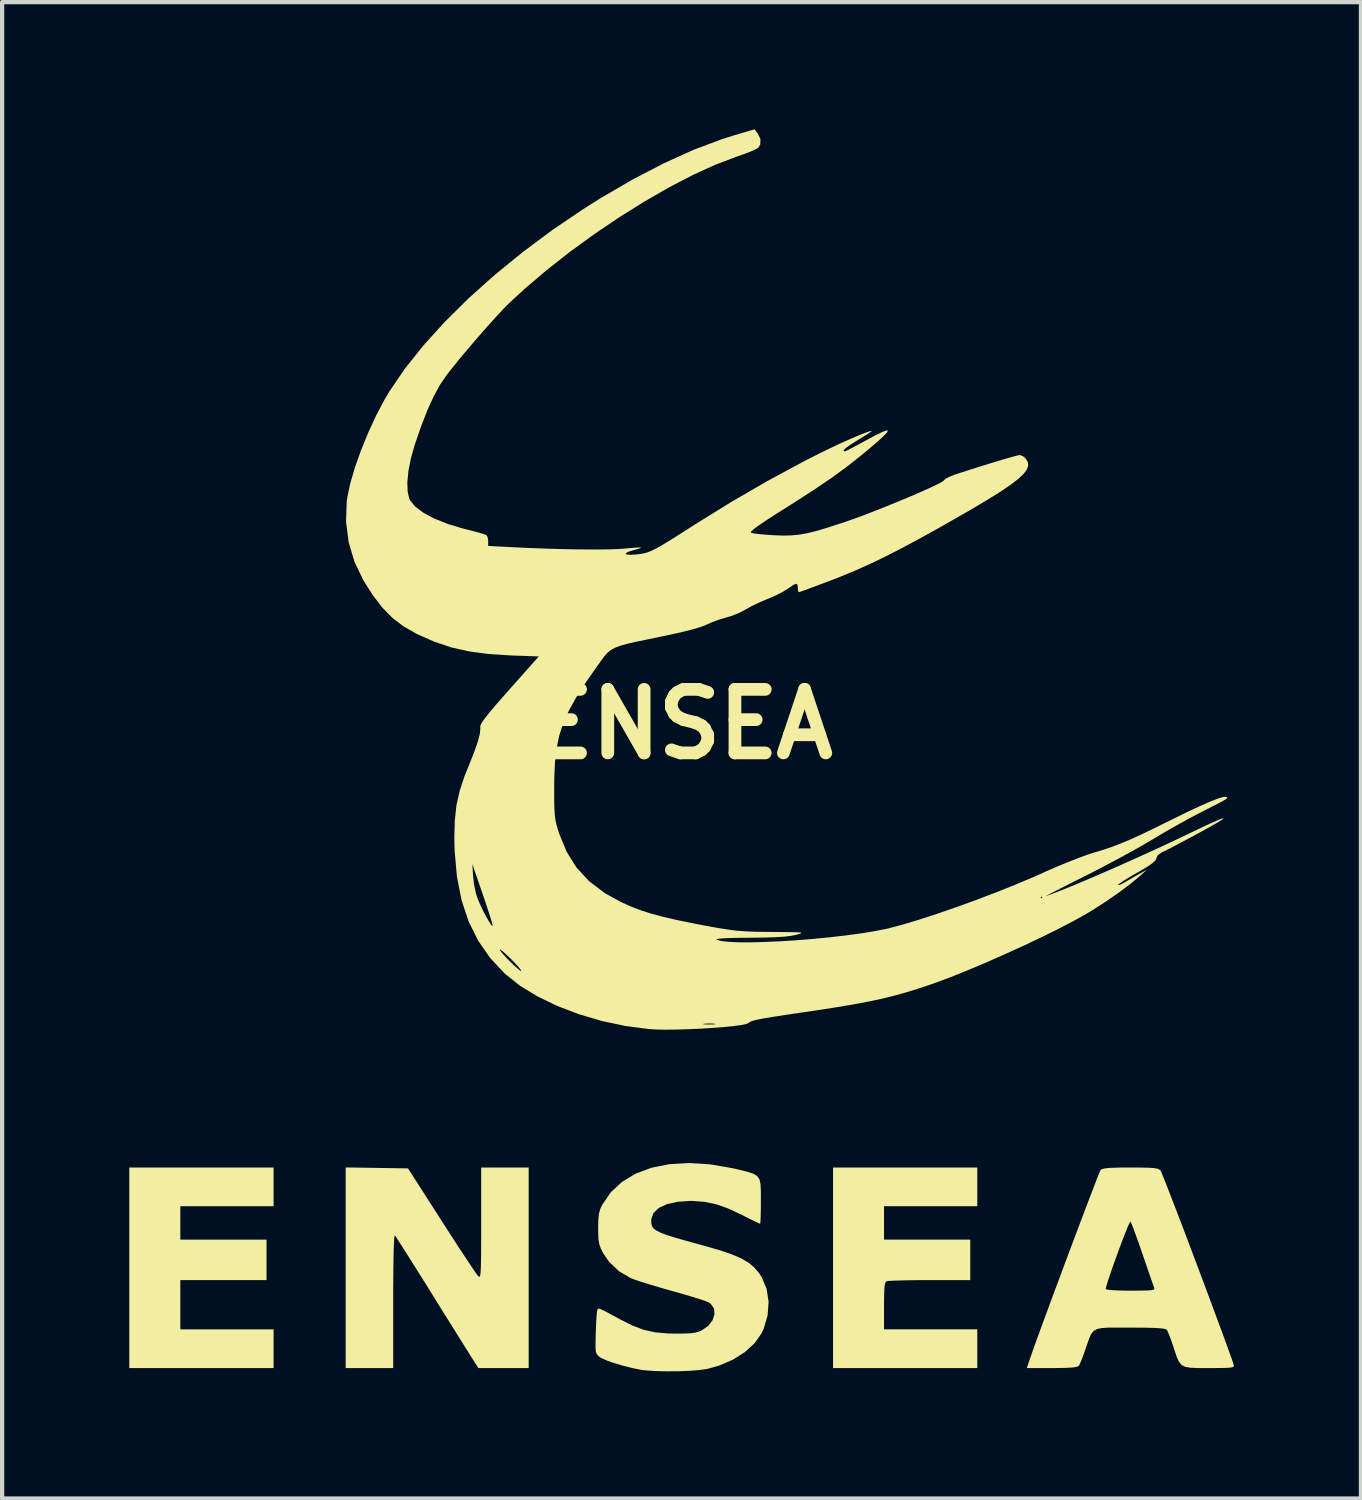
<source format=kicad_pcb>
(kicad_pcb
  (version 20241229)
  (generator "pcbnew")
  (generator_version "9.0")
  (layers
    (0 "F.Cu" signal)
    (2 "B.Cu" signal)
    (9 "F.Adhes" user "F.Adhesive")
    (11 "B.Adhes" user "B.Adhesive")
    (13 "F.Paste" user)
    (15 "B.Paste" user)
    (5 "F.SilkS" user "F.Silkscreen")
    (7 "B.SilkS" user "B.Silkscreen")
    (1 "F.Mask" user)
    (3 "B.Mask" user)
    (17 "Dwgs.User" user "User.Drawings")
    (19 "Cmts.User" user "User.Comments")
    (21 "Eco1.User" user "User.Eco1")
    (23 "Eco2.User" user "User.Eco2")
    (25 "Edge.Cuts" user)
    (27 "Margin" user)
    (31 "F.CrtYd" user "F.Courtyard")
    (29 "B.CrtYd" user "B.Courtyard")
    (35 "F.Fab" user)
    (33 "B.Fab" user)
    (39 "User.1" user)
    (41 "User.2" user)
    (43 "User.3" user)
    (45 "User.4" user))
  (footprint "ENSEA"
    (layer "F.Cu")
    (at 13.074 14.034)
    (property "Reference" "ENSEA" (at 0 0 0) (layer "F.SilkS") (effects (font (size 1.5 1.5) (thickness 0.3))))
    (attr board_only exclude_from_pos_files exclude_from_bom)
    (fp_poly (pts (xy -9.67 10.915) (xy -9.67 11.372) (xy -10.77 11.372) (xy -11.87 11.372) (xy -11.87 11.766) (xy -11.87 12.16) (xy -10.853 12.16) (xy -9.836 12.16) (xy -9.836 12.638) (xy -9.836 13.115) (xy -10.853 13.115) (xy -11.87 13.115) (xy -11.87 13.696) (xy -11.87 14.277) (xy -10.77 14.277) (xy -9.67 14.277) (xy -9.67 14.734) (xy -9.67 15.19) (xy -11.372 15.19) (xy -13.074 15.19) (xy -13.074 12.825) (xy -13.074 10.459) (xy -11.372 10.459) (xy -9.67 10.459)) (stroke (width 0) (type solid)) (fill yes) (layer "F.SilkS"))
    (fp_poly (pts (xy 6.931 10.915) (xy 6.931 11.372) (xy 5.831 11.372) (xy 4.731 11.372) (xy 4.731 11.766) (xy 4.731 12.16) (xy 5.748 12.16) (xy 6.765 12.16) (xy 6.765 12.638) (xy 6.765 13.115) (xy 5.814 13.115) (xy 5.538 13.116) (xy 5.288 13.119) (xy 5.076 13.124) (xy 4.915 13.13) (xy 4.818 13.136) (xy 4.797 13.14) (xy 4.77 13.162) (xy 4.751 13.213) (xy 4.74 13.304) (xy 4.734 13.45) (xy 4.731 13.663) (xy 4.731 13.721) (xy 4.731 14.277) (xy 5.831 14.277) (xy 6.931 14.277) (xy 6.931 14.734) (xy 6.931 15.19) (xy 5.229 15.19) (xy 3.528 15.19) (xy 3.528 12.825) (xy 3.528 10.459) (xy 5.229 10.459) (xy 6.931 10.459)) (stroke (width 0) (type solid)) (fill yes) (layer "F.SilkS"))
    (fp_poly (pts (xy -7.234 10.468) (xy -6.499 10.48) (xy -5.706 11.715) (xy -5.52 12.005) (xy -5.345 12.275) (xy -5.187 12.516) (xy -5.052 12.719) (xy -4.946 12.878) (xy -4.874 12.981) (xy -4.843 13.021) (xy -4.824 13.036) (xy -4.808 13.034) (xy -4.796 13.005) (xy -4.787 12.943) (xy -4.781 12.839) (xy -4.777 12.685) (xy -4.774 12.473) (xy -4.773 12.195) (xy -4.773 11.844) (xy -4.773 11.775) (xy -4.773 10.459) (xy -4.213 10.459) (xy -3.652 10.459) (xy -3.652 12.825) (xy -3.652 15.19) (xy -4.246 15.19) (xy -4.839 15.19) (xy -5.017 14.91) (xy -5.081 14.808) (xy -5.182 14.647) (xy -5.314 14.435) (xy -5.471 14.184) (xy -5.646 13.905) (xy -5.832 13.606) (xy -5.982 13.364) (xy -6.165 13.071) (xy -6.335 12.8) (xy -6.487 12.559) (xy -6.616 12.356) (xy -6.716 12.199) (xy -6.782 12.097) (xy -6.809 12.059) (xy -6.819 12.088) (xy -6.828 12.197) (xy -6.836 12.379) (xy -6.841 12.632) (xy -6.845 12.95) (xy -6.848 13.329) (xy -6.848 13.605) (xy -6.848 15.19) (xy -7.408 15.19) (xy -7.969 15.19) (xy -7.969 12.824) (xy -7.969 10.457)) (stroke (width 0) (type solid)) (fill yes) (layer "F.SilkS"))
    (fp_poly (pts (xy 10.792 10.46) (xy 10.973 10.464) (xy 11.097 10.472) (xy 11.177 10.486) (xy 11.227 10.506) (xy 11.255 10.531) (xy 11.278 10.579) (xy 11.325 10.696) (xy 11.396 10.873) (xy 11.485 11.104) (xy 11.591 11.378) (xy 11.71 11.688) (xy 11.838 12.025) (xy 11.973 12.381) (xy 12.111 12.748) (xy 12.249 13.116) (xy 12.384 13.477) (xy 12.513 13.824) (xy 12.633 14.147) (xy 12.741 14.438) (xy 12.832 14.689) (xy 12.905 14.892) (xy 12.955 15.036) (xy 12.981 15.116) (xy 12.981 15.117) (xy 12.983 15.146) (xy 12.962 15.166) (xy 12.907 15.179) (xy 12.805 15.186) (xy 12.645 15.189) (xy 12.415 15.19) (xy 12.4 15.19) (xy 12.149 15.19) (xy 11.967 15.183) (xy 11.839 15.162) (xy 11.751 15.117) (xy 11.688 15.041) (xy 11.636 14.924) (xy 11.58 14.758) (xy 11.559 14.692) (xy 11.503 14.528) (xy 11.451 14.392) (xy 11.413 14.304) (xy 11.403 14.287) (xy 11.363 14.268) (xy 11.274 14.254) (xy 11.127 14.244) (xy 10.915 14.238) (xy 10.63 14.236) (xy 10.538 14.236) (xy 10.248 14.235) (xy 10.029 14.236) (xy 9.869 14.246) (xy 9.755 14.27) (xy 9.676 14.315) (xy 9.619 14.385) (xy 9.572 14.488) (xy 9.523 14.628) (xy 9.48 14.754) (xy 9.423 14.913) (xy 9.371 15.045) (xy 9.334 15.126) (xy 9.326 15.138) (xy 9.28 15.161) (xy 9.175 15.177) (xy 9.005 15.186) (xy 8.761 15.19) (xy 8.692 15.19) (xy 8.098 15.19) (xy 8.195 14.91) (xy 8.253 14.743) (xy 8.333 14.522) (xy 8.43 14.255) (xy 8.541 13.952) (xy 8.663 13.621) (xy 8.772 13.327) (xy 9.961 13.327) (xy 10 13.34) (xy 10.107 13.351) (xy 10.268 13.36) (xy 10.467 13.364) (xy 10.546 13.364) (xy 10.777 13.363) (xy 10.937 13.36) (xy 11.037 13.353) (xy 11.091 13.34) (xy 11.109 13.32) (xy 11.103 13.291) (xy 11.103 13.291) (xy 11.081 13.23) (xy 11.037 13.104) (xy 10.976 12.928) (xy 10.902 12.714) (xy 10.826 12.492) (xy 10.746 12.26) (xy 10.672 12.055) (xy 10.611 11.89) (xy 10.567 11.778) (xy 10.545 11.733) (xy 10.524 11.762) (xy 10.482 11.855) (xy 10.424 12) (xy 10.353 12.182) (xy 10.276 12.387) (xy 10.198 12.601) (xy 10.123 12.811) (xy 10.057 13.003) (xy 10.005 13.162) (xy 9.971 13.276) (xy 9.961 13.327) (xy 8.772 13.327) (xy 8.794 13.269) (xy 8.929 12.906) (xy 9.065 12.541) (xy 9.2 12.181) (xy 9.331 11.834) (xy 9.453 11.511) (xy 9.564 11.219) (xy 9.661 10.966) (xy 9.74 10.761) (xy 9.799 10.613) (xy 9.833 10.53) (xy 9.841 10.516) (xy 9.88 10.493) (xy 9.96 10.477) (xy 10.092 10.466) (xy 10.287 10.46) (xy 10.54 10.459)) (stroke (width 0) (type solid)) (fill yes) (layer "F.SilkS"))
    (fp_poly (pts (xy 0.626 10.384) (xy 1.157 10.475) (xy 1.287 10.505) (xy 1.495 10.556) (xy 1.641 10.602) (xy 1.736 10.657) (xy 1.792 10.737) (xy 1.818 10.855) (xy 1.826 11.028) (xy 1.826 11.248) (xy 1.825 11.449) (xy 1.821 11.616) (xy 1.815 11.733) (xy 1.809 11.786) (xy 1.807 11.787) (xy 1.765 11.769) (xy 1.665 11.721) (xy 1.522 11.65) (xy 1.382 11.579) (xy 1.061 11.428) (xy 0.776 11.327) (xy 0.503 11.269) (xy 0.218 11.248) (xy 0.165 11.247) (xy -0.138 11.267) (xy -0.388 11.322) (xy -0.579 11.41) (xy -0.705 11.527) (xy -0.759 11.671) (xy -0.761 11.703) (xy -0.758 11.777) (xy -0.743 11.839) (xy -0.708 11.894) (xy -0.644 11.944) (xy -0.544 11.995) (xy -0.399 12.05) (xy -0.201 12.112) (xy 0.059 12.187) (xy 0.388 12.278) (xy 0.494 12.306) (xy 0.85 12.409) (xy 1.134 12.505) (xy 1.359 12.601) (xy 1.535 12.704) (xy 1.673 12.819) (xy 1.785 12.952) (xy 1.847 13.05) (xy 1.962 13.324) (xy 2.008 13.629) (xy 1.985 13.945) (xy 1.894 14.257) (xy 1.846 14.363) (xy 1.684 14.597) (xy 1.454 14.809) (xy 1.17 14.99) (xy 0.843 15.131) (xy 0.557 15.211) (xy 0.382 15.236) (xy 0.149 15.255) (xy -0.118 15.265) (xy -0.395 15.267) (xy -0.658 15.261) (xy -0.881 15.246) (xy -0.996 15.232) (xy -1.21 15.189) (xy -1.432 15.133) (xy -1.642 15.071) (xy -1.819 15.008) (xy -1.944 14.951) (xy -1.976 14.93) (xy -2.021 14.892) (xy -2.05 14.852) (xy -2.068 14.793) (xy -2.075 14.699) (xy -2.074 14.554) (xy -2.069 14.344) (xy -2.069 14.337) (xy -2.061 14.139) (xy -2.051 13.972) (xy -2.039 13.853) (xy -2.026 13.8) (xy -2.026 13.799) (xy -2.01 13.789) (xy -1.982 13.791) (xy -1.931 13.811) (xy -1.844 13.853) (xy -1.71 13.924) (xy -1.516 14.029) (xy -1.489 14.044) (xy -1.198 14.19) (xy -0.937 14.288) (xy -0.674 14.346) (xy -0.379 14.373) (xy -0.208 14.377) (xy 0.014 14.376) (xy 0.173 14.369) (xy 0.288 14.352) (xy 0.381 14.323) (xy 0.436 14.298) (xy 0.587 14.192) (xy 0.687 14.06) (xy 0.732 13.919) (xy 0.72 13.785) (xy 0.644 13.676) (xy 0.587 13.637) (xy 0.51 13.606) (xy 0.368 13.559) (xy 0.176 13.5) (xy -0.051 13.433) (xy -0.292 13.365) (xy -0.545 13.293) (xy -0.783 13.222) (xy -0.99 13.158) (xy -1.149 13.105) (xy -1.239 13.071) (xy -1.522 12.905) (xy -1.756 12.682) (xy -1.89 12.487) (xy -1.95 12.369) (xy -1.987 12.266) (xy -2.006 12.149) (xy -2.012 11.991) (xy -2.013 11.891) (xy -2.009 11.692) (xy -1.994 11.55) (xy -1.964 11.439) (xy -1.917 11.339) (xy -1.713 11.041) (xy -1.448 10.796) (xy -1.127 10.603) (xy -0.754 10.464) (xy -0.334 10.38) (xy 0.127 10.353)) (stroke (width 0) (type solid)) (fill yes) (layer "F.SilkS"))
    (fp_poly (pts (xy 1.75 -13.937) (xy 1.815 -13.804) (xy 1.812 -13.677) (xy 1.765 -13.599) (xy 1.702 -13.562) (xy 1.579 -13.507) (xy 1.413 -13.444) (xy 1.242 -13.384) (xy 0.754 -13.199) (xy 0.224 -12.957) (xy -0.338 -12.665) (xy -0.919 -12.331) (xy -1.51 -11.962) (xy -2.099 -11.564) (xy -2.676 -11.145) (xy -3.229 -10.711) (xy -3.747 -10.27) (xy -4.104 -9.941) (xy -4.247 -9.797) (xy -4.429 -9.601) (xy -4.638 -9.37) (xy -4.859 -9.117) (xy -5.082 -8.857) (xy -5.293 -8.604) (xy -5.48 -8.373) (xy -5.585 -8.238) (xy -5.742 -8.009) (xy -5.892 -7.735) (xy -6.041 -7.408) (xy -6.193 -7.018) (xy -6.336 -6.603) (xy -6.428 -6.283) (xy -6.488 -5.98) (xy -6.515 -5.707) (xy -6.507 -5.479) (xy -6.465 -5.309) (xy -6.454 -5.287) (xy -6.333 -5.136) (xy -6.138 -4.989) (xy -5.878 -4.85) (xy -5.562 -4.724) (xy -5.2 -4.615) (xy -5.159 -4.605) (xy -4.971 -4.557) (xy -4.811 -4.514) (xy -4.698 -4.48) (xy -4.65 -4.463) (xy -4.618 -4.405) (xy -4.607 -4.32) (xy -4.607 -4.204) (xy -4.098 -4.178) (xy -3.677 -4.158) (xy -3.254 -4.142) (xy -2.843 -4.13) (xy -2.456 -4.123) (xy -2.104 -4.121) (xy -1.801 -4.123) (xy -1.558 -4.131) (xy -1.411 -4.14) (xy -1.24 -4.156) (xy -1.103 -4.166) (xy -1.019 -4.169) (xy -1.001 -4.167) (xy -1.028 -4.15) (xy -1.113 -4.123) (xy -1.178 -4.106) (xy -1.312 -4.063) (xy -1.366 -4.028) (xy -1.344 -4.003) (xy -1.248 -3.995) (xy -1.11 -4.004) (xy -1.012 -4.016) (xy -0.923 -4.032) (xy -0.836 -4.058) (xy -0.738 -4.098) (xy -0.622 -4.157) (xy -0.477 -4.24) (xy -0.292 -4.353) (xy -0.059 -4.5) (xy 0.234 -4.687) (xy 0.267 -4.709) (xy 1.112 -5.233) (xy 1.972 -5.732) (xy 2.82 -6.19) (xy 3.217 -6.392) (xy 3.458 -6.509) (xy 3.696 -6.621) (xy 3.919 -6.721) (xy 4.117 -6.806) (xy 4.277 -6.87) (xy 4.388 -6.909) (xy 4.439 -6.917) (xy 4.441 -6.914) (xy 4.408 -6.888) (xy 4.319 -6.83) (xy 4.19 -6.75) (xy 4.109 -6.7) (xy 3.924 -6.583) (xy 3.812 -6.499) (xy 3.772 -6.449) (xy 3.803 -6.433) (xy 3.847 -6.452) (xy 3.949 -6.504) (xy 4.094 -6.58) (xy 4.267 -6.674) (xy 4.282 -6.682) (xy 4.514 -6.807) (xy 4.682 -6.89) (xy 4.785 -6.929) (xy 4.823 -6.924) (xy 4.796 -6.874) (xy 4.702 -6.778) (xy 4.543 -6.635) (xy 4.317 -6.444) (xy 4.173 -6.325) (xy 3.856 -6.075) (xy 3.506 -5.819) (xy 3.11 -5.55) (xy 2.655 -5.256) (xy 2.545 -5.186) (xy 2.23 -4.988) (xy 1.984 -4.829) (xy 1.8 -4.706) (xy 1.676 -4.616) (xy 1.606 -4.555) (xy 1.587 -4.522) (xy 1.592 -4.517) (xy 1.656 -4.501) (xy 1.784 -4.484) (xy 1.957 -4.469) (xy 2.144 -4.457) (xy 2.353 -4.449) (xy 2.54 -4.453) (xy 2.721 -4.47) (xy 2.911 -4.503) (xy 3.127 -4.556) (xy 3.384 -4.632) (xy 3.697 -4.733) (xy 3.818 -4.773) (xy 4.03 -4.848) (xy 4.275 -4.938) (xy 4.541 -5.041) (xy 4.817 -5.151) (xy 5.093 -5.264) (xy 5.359 -5.375) (xy 5.602 -5.48) (xy 5.813 -5.575) (xy 5.98 -5.654) (xy 6.093 -5.713) (xy 6.142 -5.748) (xy 6.142 -5.75) (xy 6.179 -5.787) (xy 6.278 -5.838) (xy 6.421 -5.894) (xy 6.464 -5.908) (xy 6.76 -6.004) (xy 7.047 -6.094) (xy 7.312 -6.176) (xy 7.545 -6.246) (xy 7.734 -6.3) (xy 7.868 -6.336) (xy 7.934 -6.35) (xy 7.936 -6.35) (xy 8.01 -6.321) (xy 8.066 -6.274) (xy 8.119 -6.195) (xy 8.134 -6.11) (xy 8.106 -6.018) (xy 8.031 -5.913) (xy 7.905 -5.792) (xy 7.723 -5.652) (xy 7.483 -5.488) (xy 7.178 -5.298) (xy 6.806 -5.076) (xy 6.558 -4.933) (xy 6.029 -4.632) (xy 5.558 -4.371) (xy 5.136 -4.145) (xy 4.75 -3.948) (xy 4.39 -3.775) (xy 4.045 -3.621) (xy 3.704 -3.48) (xy 3.456 -3.383) (xy 3.228 -3.298) (xy 3.028 -3.223) (xy 2.868 -3.164) (xy 2.761 -3.126) (xy 2.719 -3.113) (xy 2.703 -3.148) (xy 2.698 -3.217) (xy 2.69 -3.29) (xy 2.658 -3.313) (xy 2.59 -3.284) (xy 2.472 -3.203) (xy 2.464 -3.198) (xy 2.342 -3.122) (xy 2.176 -3.037) (xy 1.997 -2.959) (xy 1.976 -2.951) (xy 1.793 -2.874) (xy 1.612 -2.787) (xy 1.469 -2.708) (xy 1.459 -2.702) (xy 1.303 -2.62) (xy 1.118 -2.548) (xy 1.016 -2.519) (xy 0.836 -2.466) (xy 0.649 -2.395) (xy 0.56 -2.354) (xy 0.423 -2.299) (xy 0.209 -2.235) (xy -0.077 -2.164) (xy -0.427 -2.087) (xy -0.477 -2.077) (xy -0.823 -2.005) (xy -1.099 -1.948) (xy -1.315 -1.899) (xy -1.481 -1.853) (xy -1.607 -1.806) (xy -1.706 -1.754) (xy -1.786 -1.691) (xy -1.858 -1.612) (xy -1.933 -1.513) (xy -2.021 -1.389) (xy -2.044 -1.357) (xy -2.314 -0.97) (xy -2.532 -0.629) (xy -2.704 -0.32) (xy -2.835 -0.027) (xy -2.929 0.263) (xy -2.993 0.565) (xy -3.031 0.894) (xy -3.048 1.265) (xy -3.05 1.515) (xy -3.05 1.778) (xy -3.046 1.977) (xy -3.037 2.129) (xy -3.021 2.255) (xy -2.996 2.371) (xy -2.959 2.497) (xy -2.929 2.591) (xy -2.753 3.016) (xy -2.52 3.386) (xy -2.224 3.706) (xy -1.862 3.982) (xy -1.473 4.197) (xy -1.248 4.298) (xy -1.016 4.388) (xy -0.764 4.469) (xy -0.477 4.546) (xy -0.144 4.623) (xy 0.251 4.703) (xy 0.511 4.753) (xy 0.804 4.806) (xy 1.042 4.844) (xy 1.25 4.871) (xy 1.454 4.887) (xy 1.679 4.897) (xy 1.95 4.901) (xy 2.088 4.902) (xy 2.362 4.904) (xy 2.561 4.906) (xy 2.693 4.91) (xy 2.765 4.916) (xy 2.785 4.925) (xy 2.761 4.939) (xy 2.7 4.957) (xy 2.656 4.97) (xy 2.537 4.994) (xy 2.377 5.013) (xy 2.165 5.026) (xy 1.891 5.034) (xy 1.57 5.038) (xy 1.249 5.041) (xy 1.011 5.048) (xy 0.856 5.058) (xy 0.783 5.071) (xy 0.781 5.083) (xy 0.886 5.115) (xy 1.062 5.135) (xy 1.3 5.146) (xy 1.589 5.147) (xy 1.919 5.138) (xy 2.278 5.122) (xy 2.658 5.098) (xy 3.047 5.067) (xy 3.436 5.029) (xy 3.813 4.986) (xy 4.169 4.938) (xy 4.493 4.886) (xy 4.774 4.831) (xy 4.836 4.817) (xy 5.162 4.731) (xy 5.548 4.615) (xy 5.979 4.475) (xy 6.439 4.316) (xy 6.913 4.144) (xy 7.059 4.088) (xy 8.425 4.088) (xy 8.446 4.109) (xy 8.467 4.088) (xy 8.446 4.067) (xy 8.425 4.088) (xy 7.059 4.088) (xy 7.386 3.964) (xy 7.842 3.781) (xy 8.267 3.602) (xy 8.535 3.482) (xy 8.798 3.366) (xy 9.072 3.253) (xy 9.333 3.151) (xy 9.56 3.069) (xy 9.687 3.029) (xy 9.902 2.964) (xy 10.105 2.895) (xy 10.311 2.817) (xy 10.534 2.724) (xy 10.786 2.609) (xy 11.081 2.468) (xy 11.432 2.295) (xy 11.517 2.252) (xy 11.877 2.076) (xy 12.184 1.932) (xy 12.436 1.822) (xy 12.627 1.749) (xy 12.753 1.713) (xy 12.812 1.716) (xy 12.824 1.73) (xy 12.825 1.744) (xy 12.803 1.765) (xy 12.75 1.798) (xy 12.656 1.849) (xy 12.51 1.924) (xy 12.303 2.03) (xy 12.223 2.07) (xy 11.964 2.206) (xy 11.669 2.368) (xy 11.371 2.537) (xy 11.103 2.696) (xy 11.061 2.721) (xy 10.855 2.843) (xy 10.594 2.99) (xy 10.296 3.153) (xy 9.98 3.322) (xy 9.664 3.486) (xy 9.483 3.577) (xy 9.224 3.708) (xy 8.995 3.824) (xy 8.803 3.921) (xy 8.659 3.996) (xy 8.572 4.042) (xy 8.549 4.056) (xy 8.55 4.056) (xy 8.747 3.984) (xy 9.008 3.882) (xy 9.321 3.753) (xy 9.674 3.603) (xy 10.056 3.437) (xy 10.457 3.26) (xy 10.863 3.077) (xy 11.265 2.893) (xy 11.65 2.712) (xy 11.908 2.589) (xy 12.197 2.451) (xy 12.428 2.343) (xy 12.598 2.268) (xy 12.704 2.226) (xy 12.744 2.219) (xy 12.716 2.246) (xy 12.615 2.31) (xy 12.609 2.314) (xy 12.486 2.385) (xy 12.32 2.478) (xy 12.126 2.584) (xy 11.921 2.695) (xy 11.72 2.802) (xy 11.539 2.897) (xy 11.393 2.972) (xy 11.299 3.017) (xy 11.281 3.025) (xy 11.187 3.093) (xy 11.157 3.162) (xy 11.132 3.215) (xy 11.064 3.279) (xy 10.944 3.362) (xy 10.762 3.47) (xy 10.698 3.506) (xy 10.528 3.605) (xy 10.387 3.691) (xy 10.291 3.755) (xy 10.252 3.79) (xy 10.252 3.791) (xy 10.282 3.794) (xy 10.359 3.76) (xy 10.386 3.744) (xy 10.502 3.676) (xy 10.648 3.592) (xy 10.729 3.547) (xy 10.936 3.431) (xy 10.754 3.594) (xy 10.542 3.769) (xy 10.278 3.967) (xy 9.984 4.171) (xy 9.683 4.366) (xy 9.509 4.472) (xy 9.21 4.639) (xy 8.849 4.827) (xy 8.44 5.029) (xy 8 5.237) (xy 7.545 5.444) (xy 7.09 5.644) (xy 6.65 5.828) (xy 6.242 5.991) (xy 5.881 6.124) (xy 5.831 6.141) (xy 5.526 6.243) (xy 5.236 6.332) (xy 4.947 6.411) (xy 4.647 6.484) (xy 4.324 6.552) (xy 3.964 6.619) (xy 3.554 6.687) (xy 3.082 6.76) (xy 2.777 6.804) (xy 2.418 6.857) (xy 2.134 6.901) (xy 1.916 6.937) (xy 1.756 6.968) (xy 1.646 6.994) (xy 1.578 7.019) (xy 1.544 7.042) (xy 1.54 7.047) (xy 1.484 7.072) (xy 1.358 7.098) (xy 1.174 7.123) (xy 0.946 7.146) (xy 0.685 7.166) (xy 0.406 7.183) (xy 0.12 7.196) (xy -0.159 7.204) (xy -0.42 7.207) (xy -0.648 7.203) (xy -0.809 7.193) (xy -1.371 7.12) (xy -1.581 7.075) (xy 0.454 7.075) (xy 0.494 7.082) (xy 0.6 7.084) (xy 0.602 7.084) (xy 0.712 7.082) (xy 0.761 7.076) (xy 0.737 7.067) (xy 0.611 7.06) (xy 0.488 7.067) (xy 0.454 7.075) (xy -1.581 7.075) (xy -1.928 7.002) (xy -2.468 6.842) (xy -2.979 6.647) (xy -3.447 6.421) (xy -3.859 6.169) (xy -4.204 5.895) (xy -4.218 5.882) (xy -4.563 5.513) (xy -4.702 5.312) (xy -4.335 5.312) (xy -4.326 5.339) (xy -4.269 5.411) (xy -4.173 5.516) (xy -4.11 5.581) (xy -3.991 5.697) (xy -3.895 5.782) (xy -3.835 5.826) (xy -3.823 5.829) (xy -3.841 5.792) (xy -3.905 5.713) (xy -4.005 5.604) (xy -4.048 5.56) (xy -4.165 5.447) (xy -4.262 5.361) (xy -4.325 5.316) (xy -4.335 5.312) (xy -4.702 5.312) (xy -4.846 5.104) (xy -5.069 4.653) (xy -5.235 4.153) (xy -5.344 3.6) (xy -5.371 3.3) (xy -4.981 3.3) (xy -4.963 3.59) (xy -4.94 3.782) (xy -4.899 3.98) (xy -4.859 4.109) (xy -4.802 4.245) (xy -4.732 4.393) (xy -4.657 4.537) (xy -4.587 4.658) (xy -4.532 4.74) (xy -4.501 4.764) (xy -4.501 4.764) (xy -4.508 4.721) (xy -4.539 4.612) (xy -4.59 4.451) (xy -4.656 4.249) (xy -4.732 4.023) (xy -4.981 3.3) (xy -5.371 3.3) (xy -5.399 2.989) (xy -5.406 2.677) (xy -5.395 2.271) (xy -5.356 1.913) (xy -5.28 1.574) (xy -5.164 1.222) (xy -5.068 0.985) (xy -4.942 0.67) (xy -4.852 0.412) (xy -4.802 0.216) (xy -4.791 0.085) (xy -4.794 0.067) (xy -4.789 0.025) (xy -4.754 -0.042) (xy -4.684 -0.141) (xy -4.575 -0.277) (xy -4.422 -0.459) (xy -4.219 -0.691) (xy -4.114 -0.809) (xy -3.414 -1.598) (xy -4.083 -1.622) (xy -4.601 -1.655) (xy -5.06 -1.717) (xy -5.477 -1.811) (xy -5.874 -1.944) (xy -6.268 -2.118) (xy -6.31 -2.139) (xy -6.607 -2.309) (xy -6.868 -2.509) (xy -7.106 -2.752) (xy -7.334 -3.05) (xy -7.551 -3.392) (xy -7.76 -3.826) (xy -7.898 -4.29) (xy -7.96 -4.769) (xy -7.945 -5.248) (xy -7.93 -5.354) (xy -7.861 -5.681) (xy -7.751 -6.057) (xy -7.607 -6.462) (xy -7.438 -6.876) (xy -7.251 -7.28) (xy -7.053 -7.656) (xy -6.942 -7.844) (xy -6.577 -8.38) (xy -6.139 -8.93) (xy -5.635 -9.487) (xy -5.072 -10.044) (xy -4.456 -10.596) (xy -3.795 -11.135) (xy -3.097 -11.655) (xy -2.367 -12.15) (xy -1.964 -12.404) (xy -1.195 -12.852) (xy -0.459 -13.234) (xy 0.241 -13.551) (xy 0.901 -13.799) (xy 1.167 -13.883) (xy 1.676 -14.034)) (stroke (width 0) (type solid)) (fill yes) (layer "F.SilkS")))
  (gr_rect
    (start -3 -3)
    (end 29.056 32.301)
    (stroke (width 0.1) (type default))
    (fill no)
    (layer "Edge.Cuts")))
</source>
